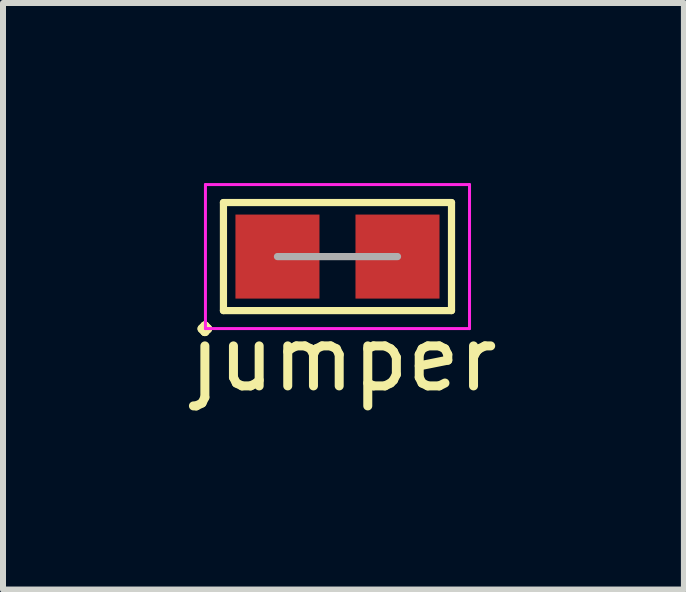
<source format=kicad_pcb>
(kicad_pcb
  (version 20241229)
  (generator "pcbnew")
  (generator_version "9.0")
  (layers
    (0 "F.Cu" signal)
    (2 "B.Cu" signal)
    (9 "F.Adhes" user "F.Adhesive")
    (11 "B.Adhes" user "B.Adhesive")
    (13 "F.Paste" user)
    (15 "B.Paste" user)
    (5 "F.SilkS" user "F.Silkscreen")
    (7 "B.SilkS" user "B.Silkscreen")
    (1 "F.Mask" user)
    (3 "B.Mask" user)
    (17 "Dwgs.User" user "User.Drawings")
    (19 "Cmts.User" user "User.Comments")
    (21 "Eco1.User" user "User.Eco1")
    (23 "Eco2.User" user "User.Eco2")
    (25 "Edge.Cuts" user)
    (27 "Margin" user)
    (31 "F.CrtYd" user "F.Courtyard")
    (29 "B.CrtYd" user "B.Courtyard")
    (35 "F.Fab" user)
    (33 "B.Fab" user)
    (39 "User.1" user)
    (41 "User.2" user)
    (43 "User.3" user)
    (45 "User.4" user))
  (footprint "jumper"
    (layer "F.Cu")
    (at 1.573 1.225)
    (property "Reference" "jumper" (at 1.1 1.7 180) (layer "F.SilkS") (effects (font (size 1 1) (thickness 0.15))))
    (attr through_hole)
    (fp_line (start -0.9 -0.9) (end -0.9 0.9) (stroke (width 0.12) (type solid)) (layer "F.SilkS"))
    (fp_line (start -0.9 0.9) (end 2.9 0.9) (stroke (width 0.12) (type solid)) (layer "F.SilkS"))
    (fp_line (start 2.9 -0.9) (end -0.9 -0.9) (stroke (width 0.12) (type solid)) (layer "F.SilkS"))
    (fp_line (start 2.9 0.9) (end 2.9 -0.9) (stroke (width 0.12) (type solid)) (layer "F.SilkS"))
    (fp_line (start -1.2 1.2) (end -1.2 -1.2) (stroke (width 0.05) (type solid)) (layer "F.CrtYd"))
    (fp_line (start -1.2 1.2) (end 3.2 1.2) (stroke (width 0.05) (type solid)) (layer "F.CrtYd"))
    (fp_line (start 3.2 -1.2) (end -1.2 -1.2) (stroke (width 0.05) (type solid)) (layer "F.CrtYd"))
    (fp_line (start 3.2 -1.2) (end 3.2 1.2) (stroke (width 0.05) (type solid)) (layer "F.CrtYd"))
    (fp_line (start 2 0) (end 0 0) (stroke (width 0.12) (type solid)) (layer "F.Fab"))
    (pad "1" smd rect (at 0 0) (size 1.4 1.4) (layers "F.Cu" "F.Mask" "F.Paste"))
    (pad "2" smd rect (at 2 0) (size 1.4 1.4) (layers "F.Cu" "F.Mask" "F.Paste")))
  (gr_rect
    (start -3 -3)
    (end 8.345 6.773)
    (stroke (width 0.1) (type default))
    (fill no)
    (layer "Edge.Cuts")))
</source>
